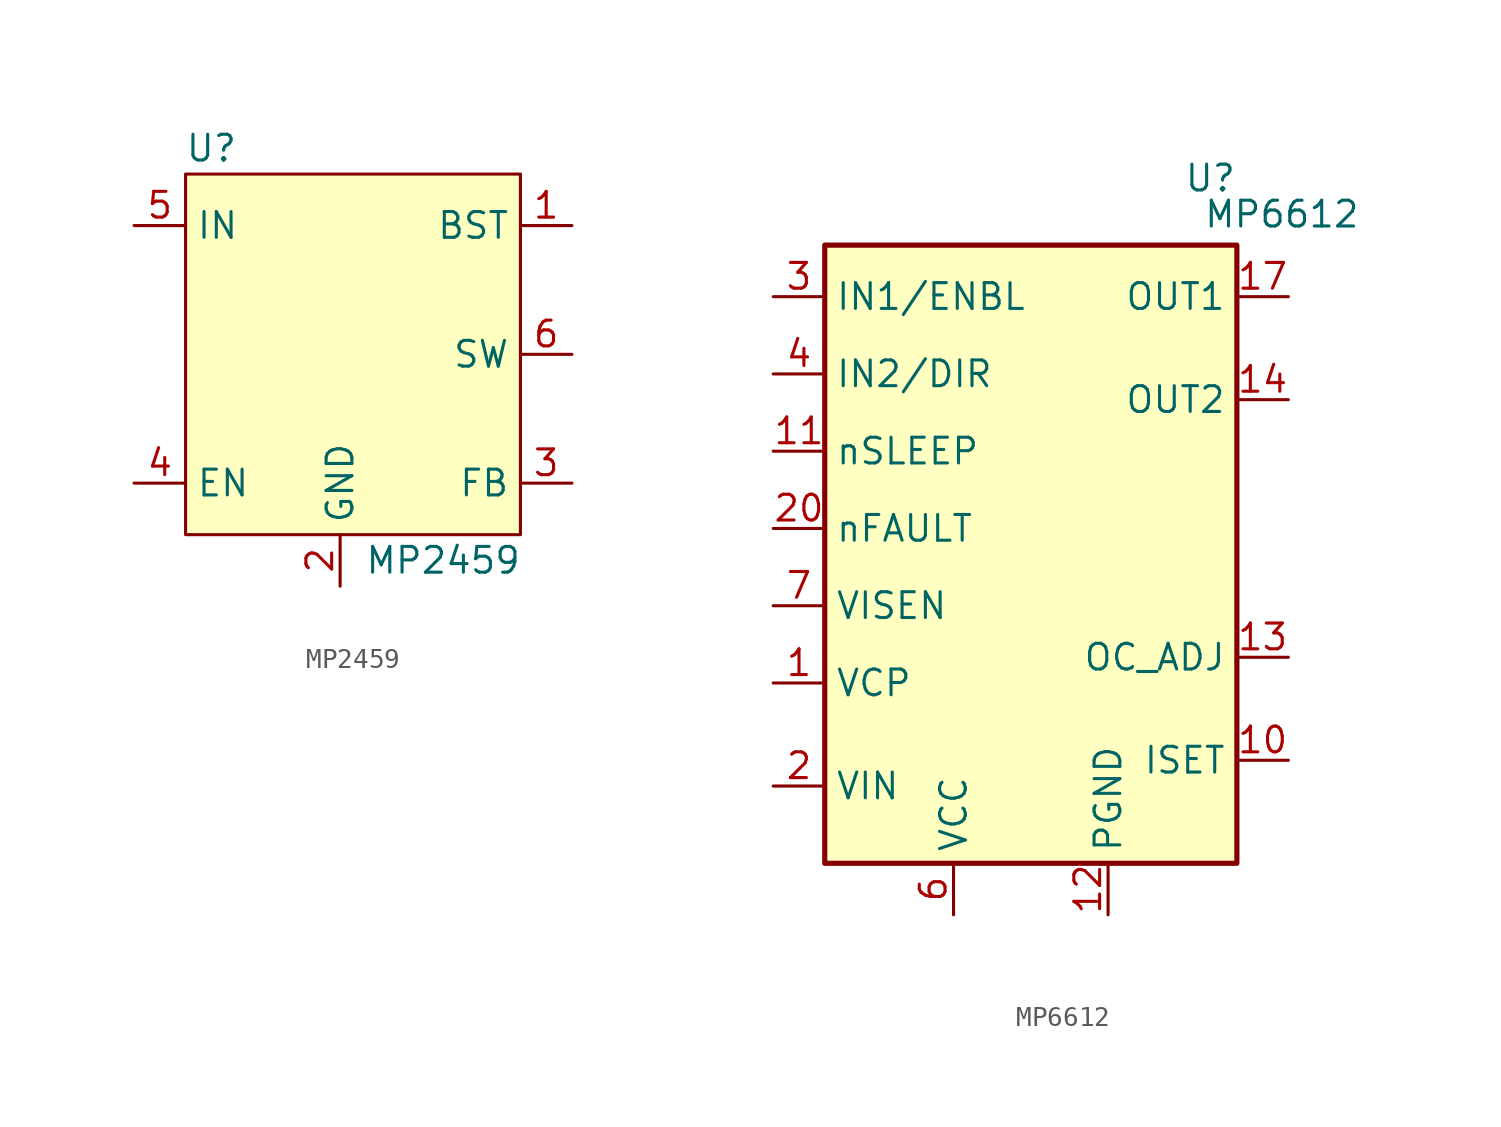
<source format=kicad_sym>
(kicad_symbol_lib
  (version 20241209)
  (generator "kicad_symbol_editor")
  (generator_version "9.0")
  (symbol "MP2459"
    (property "Reference" "U"
      (at -6.35 7.62 0)
      (effects (font (size 1.27 1.27))))
    (property "Value" "MP2459"
      (at 5.08 -12.7 0)
      (effects (font (size 1.27 1.27))))
    (symbol "MP2459_1_1"
      (rectangle (start -7.62 6.35) (end 8.89 -11.43) (stroke (width 0.152) (type default)) (fill (type background)))
      (pin power_in line (at -10.16 3.81 0) (length 2.54) (name "IN" (effects (font (size 1.27 1.27)))) (number "5" (effects (font (size 1.27 1.27)))))
      (pin input line (at -10.16 -8.89 0) (length 2.54) (name "EN" (effects (font (size 1.27 1.27)))) (number "4" (effects (font (size 1.27 1.27)))))
      (pin power_in line (at 0 -13.97 90) (length 2.54) (name "GND" (effects (font (size 1.27 1.27)))) (number "2" (effects (font (size 1.27 1.27)))))
      (pin input line (at 11.43 3.81 180) (length 2.54) (name "BST" (effects (font (size 1.27 1.27)))) (number "1" (effects (font (size 1.27 1.27)))))
      (pin output line (at 11.43 -2.54 180) (length 2.54) (name "SW" (effects (font (size 1.27 1.27)))) (number "6" (effects (font (size 1.27 1.27)))))
      (pin input line (at 11.43 -8.89 180) (length 2.54) (name "FB" (effects (font (size 1.27 1.27)))) (number "3" (effects (font (size 1.27 1.27)))))))
  (symbol "MP6612"
    (property "Reference" "U"
      (at 10.16 18.542 0)
      (effects (font (size 1.27 1.27)) (justify right)))
    (property "Value" "MP6612"
      (at 16.256 16.764 0)
      (effects (font (size 1.27 1.27)) (justify right)))
    (symbol "MP6612_0_1"
      (rectangle (start -10.16 15.24) (end 10.16 -15.24) (stroke (width 0.254) (type default)) (fill (type background))))
    (symbol "MP6612_1_1"
      (pin input line (at -12.7 12.7 0) (length 2.54) (name "IN1/ENBL" (effects (font (size 1.27 1.27)))) (number "3" (effects (font (size 1.27 1.27)))))
      (pin input line (at -12.7 8.89 0) (length 2.54) (name "IN2/DIR" (effects (font (size 1.27 1.27)))) (number "4" (effects (font (size 1.27 1.27)))))
      (pin input line (at -12.7 5.08 0) (length 2.54) (name "nSLEEP" (effects (font (size 1.27 1.27)))) (number "11" (effects (font (size 1.27 1.27)))))
      (pin output line (at -12.7 1.27 0) (length 2.54) (name "nFAULT" (effects (font (size 1.27 1.27)))) (number "20" (effects (font (size 1.27 1.27)))))
      (pin output line (at -12.7 -2.54 0) (length 2.54) (name "VISEN" (effects (font (size 1.27 1.27)))) (number "7" (effects (font (size 1.27 1.27)))))
      (pin input line (at -12.7 -6.35 0) (length 2.54) (name "VCP" (effects (font (size 1.27 1.27)))) (number "1" (effects (font (size 1.27 1.27)))))
      (pin power_in line (at -12.7 -11.43 0) (length 2.54) (name "VIN" (effects (font (size 1.27 1.27)))) (number "2" (effects (font (size 1.27 1.27)))))
      (pin passive line (at -12.7 -11.43 0) (length 2.54) (hide yes) (name "VIN" (effects (font (size 1.27 1.27)))) (number "5" (effects (font (size 1.27 1.27)))))
      (pin passive line (at -12.7 -11.43 0) (length 2.54) (hide yes) (name "VIN" (effects (font (size 1.27 1.27)))) (number "9" (effects (font (size 1.27 1.27)))))
      (pin input line (at -3.81 -17.78 90) (length 2.54) (name "VCC" (effects (font (size 1.27 1.27)))) (number "6" (effects (font (size 1.27 1.27)))))
      (pin power_in line (at 3.81 -17.78 90) (length 2.54) (name "PGND" (effects (font (size 1.27 1.27)))) (number "12" (effects (font (size 1.27 1.27)))))
      (pin passive line (at 3.81 -17.78 90) (length 2.54) (hide yes) (name "PGND" (effects (font (size 1.27 1.27)))) (number "16" (effects (font (size 1.27 1.27)))))
      (pin passive line (at 3.81 -17.78 90) (length 2.54) (hide yes) (name "PGND" (effects (font (size 1.27 1.27)))) (number "19" (effects (font (size 1.27 1.27)))))
      (pin passive line (at 3.81 -17.78 90) (length 2.54) (hide yes) (name "PGND" (effects (font (size 1.27 1.27)))) (number "21" (effects (font (size 1.27 1.27)))))
      (pin passive line (at 3.81 -17.78 90) (length 2.54) (hide yes) (name "AGND" (effects (font (size 1.27 1.27)))) (number "8" (effects (font (size 1.27 1.27)))))
      (pin power_out line (at 12.7 12.7 180) (length 2.54) (name "OUT1" (effects (font (size 1.27 1.27)))) (number "17" (effects (font (size 1.27 1.27)))))
      (pin power_out line (at 12.7 12.7 180) (length 2.54) (hide yes) (name "OUT1" (effects (font (size 1.27 1.27)))) (number "18" (effects (font (size 1.27 1.27)))))
      (pin power_out line (at 12.7 7.62 180) (length 2.54) (name "OUT2" (effects (font (size 1.27 1.27)))) (number "14" (effects (font (size 1.27 1.27)))))
      (pin power_out line (at 12.7 7.62 180) (length 2.54) (hide yes) (name "OUT2" (effects (font (size 1.27 1.27)))) (number "15" (effects (font (size 1.27 1.27)))))
      (pin input line (at 12.7 -5.08 180) (length 2.54) (name "OC_ADJ" (effects (font (size 1.27 1.27)))) (number "13" (effects (font (size 1.27 1.27)))))
      (pin input line (at 12.7 -10.16 180) (length 2.54) (name "ISET" (effects (font (size 1.27 1.27)))) (number "10" (effects (font (size 1.27 1.27))))))))
</source>
